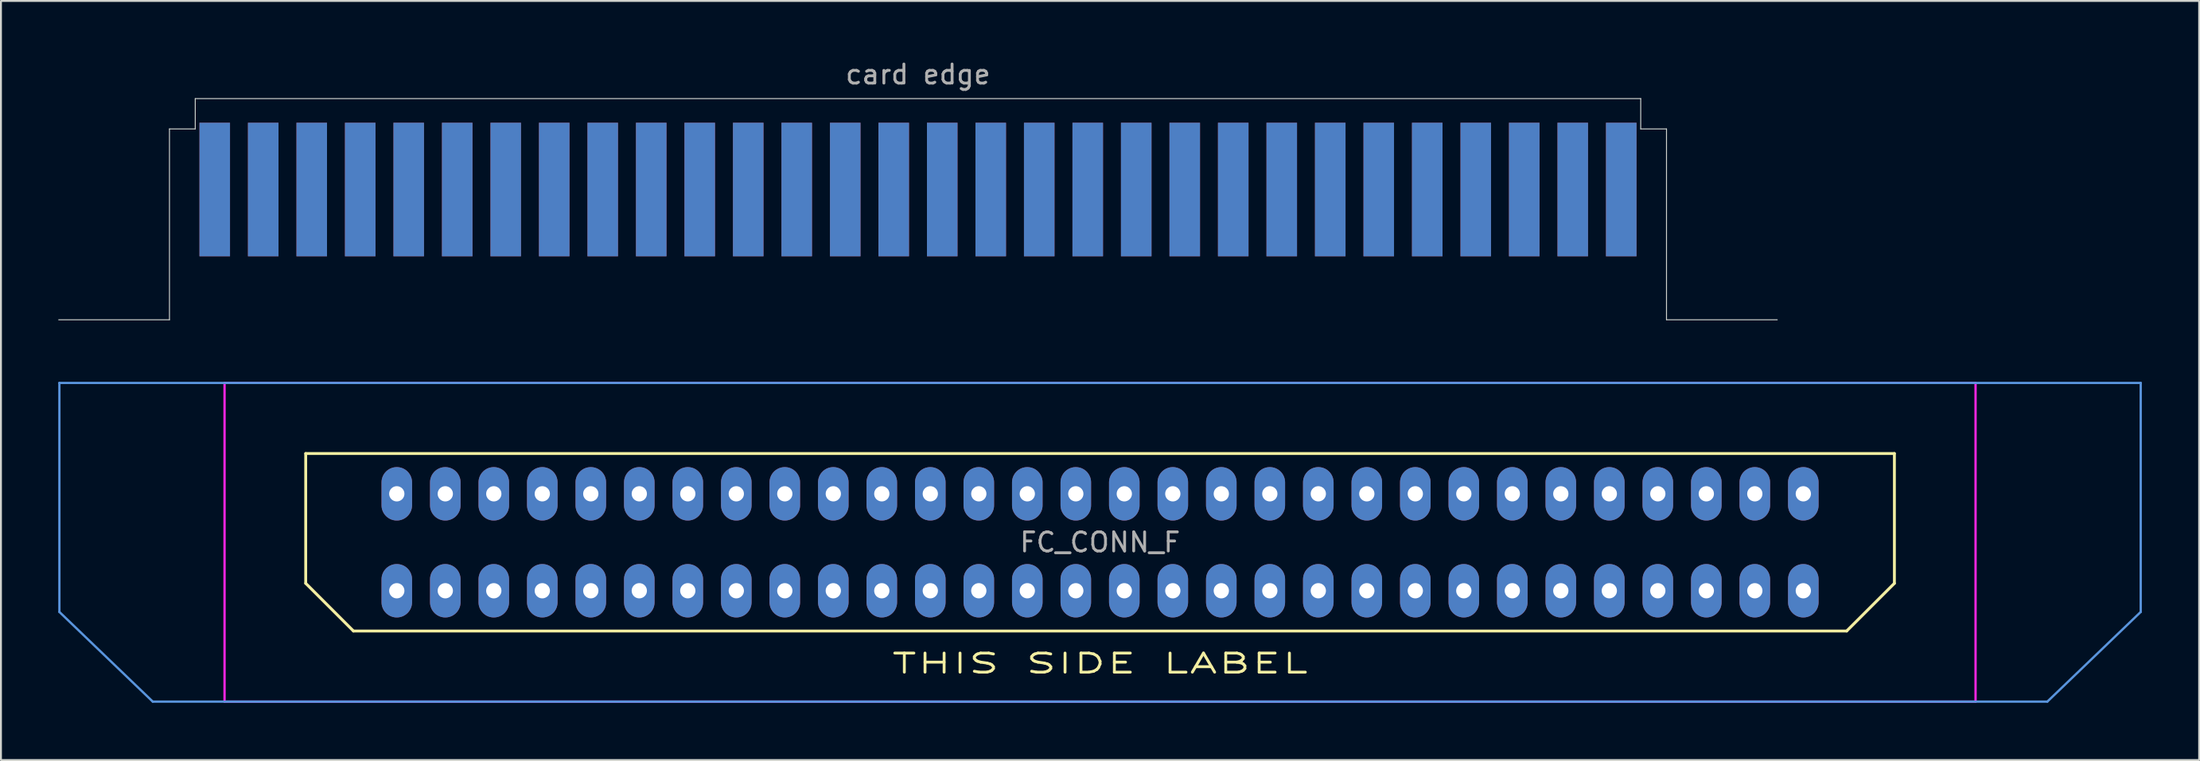
<source format=kicad_pcb>
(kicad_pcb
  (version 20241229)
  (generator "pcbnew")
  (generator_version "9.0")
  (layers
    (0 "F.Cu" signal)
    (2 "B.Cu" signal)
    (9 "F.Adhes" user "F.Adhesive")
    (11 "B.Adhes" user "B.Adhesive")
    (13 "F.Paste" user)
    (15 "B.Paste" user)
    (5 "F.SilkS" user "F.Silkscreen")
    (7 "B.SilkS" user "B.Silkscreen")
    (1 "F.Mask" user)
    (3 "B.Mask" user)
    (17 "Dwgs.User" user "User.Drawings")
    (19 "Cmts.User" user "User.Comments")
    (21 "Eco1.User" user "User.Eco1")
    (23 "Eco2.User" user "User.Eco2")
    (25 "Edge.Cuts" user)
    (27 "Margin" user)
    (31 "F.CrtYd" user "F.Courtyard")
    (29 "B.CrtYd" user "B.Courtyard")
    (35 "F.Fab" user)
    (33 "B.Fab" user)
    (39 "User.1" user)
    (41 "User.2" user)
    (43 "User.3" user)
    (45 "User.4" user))
  (footprint "FC_CONN_F"
    (layer "F.Cu")
    (at 54.56 25.366)
    (property "Reference" "FC_CONN_F" (at 0 0 0) (layer "F.Fab") (effects (font (size 1 1) (thickness 0.15))))
    (attr through_hole)
    (fp_line (start -41.6 -4.65) (end -41.6 2.15) (stroke (width 0.15) (type solid)) (layer "F.SilkS"))
    (fp_line (start -41.6 -4.65) (end 41.6 -4.65) (stroke (width 0.15) (type solid)) (layer "F.SilkS"))
    (fp_line (start -39.1 4.65) (end -41.6 2.15) (stroke (width 0.15) (type solid)) (layer "F.SilkS"))
    (fp_line (start 39.1 4.65) (end -39.1 4.65) (stroke (width 0.15) (type solid)) (layer "F.SilkS"))
    (fp_line (start 41.6 2.15) (end 39.1 4.65) (stroke (width 0.15) (type solid)) (layer "F.SilkS"))
    (fp_line (start 41.6 2.15) (end 41.6 -4.65) (stroke (width 0.15) (type solid)) (layer "F.SilkS"))
    (fp_line (start -54.5 -8.35) (end -54.5 3.65) (stroke (width 0.12) (type solid)) (layer "Cmts.User"))
    (fp_line (start -54.5 -8.35) (end 54.5 -8.35) (stroke (width 0.12) (type solid)) (layer "Cmts.User"))
    (fp_line (start -54.5 3.65) (end -49.609 8.35) (stroke (width 0.12) (type solid)) (layer "Cmts.User"))
    (fp_line (start 49.609 8.35) (end -49.609 8.35) (stroke (width 0.12) (type solid)) (layer "Cmts.User"))
    (fp_line (start 49.609 8.35) (end 54.5 3.65) (stroke (width 0.12) (type solid)) (layer "Cmts.User"))
    (fp_line (start 54.5 -8.35) (end 54.5 3.65) (stroke (width 0.12) (type solid)) (layer "Cmts.User"))
    (fp_line (start -45.85 8.35) (end -45.85 -8.35) (stroke (width 0.12) (type solid)) (layer "F.CrtYd"))
    (fp_line (start -45.85 8.35) (end 45.85 8.35) (stroke (width 0.12) (type solid)) (layer "F.CrtYd"))
    (fp_line (start 45.85 -8.35) (end -45.85 -8.35) (stroke (width 0.12) (type solid)) (layer "F.CrtYd"))
    (fp_line (start 45.85 -8.35) (end 45.85 8.35) (stroke (width 0.12) (type solid)) (layer "F.CrtYd"))
    (fp_text user "THIS SIDE LABEL" (at 0 6.35 0) (layer "F.SilkS") (effects (font (size 1 1.75) (thickness 0.15))))
    (pad "1" thru_hole oval (at -36.83 2.54) (size 1.6 2.8) (drill 0.8) (layers "*.Cu" "*.Mask"))
    (pad "2" thru_hole oval (at -34.29 2.54) (size 1.6 2.8) (drill 0.8) (layers "*.Cu" "*.Mask"))
    (pad "3" thru_hole oval (at -31.75 2.54) (size 1.6 2.8) (drill 0.8) (layers "*.Cu" "*.Mask"))
    (pad "4" thru_hole oval (at -29.21 2.54) (size 1.6 2.8) (drill 0.8) (layers "*.Cu" "*.Mask"))
    (pad "5" thru_hole oval (at -26.67 2.54) (size 1.6 2.8) (drill 0.8) (layers "*.Cu" "*.Mask"))
    (pad "6" thru_hole oval (at -24.13 2.54) (size 1.6 2.8) (drill 0.8) (layers "*.Cu" "*.Mask"))
    (pad "7" thru_hole oval (at -21.59 2.54) (size 1.6 2.8) (drill 0.8) (layers "*.Cu" "*.Mask"))
    (pad "8" thru_hole oval (at -19.05 2.54) (size 1.6 2.8) (drill 0.8) (layers "*.Cu" "*.Mask"))
    (pad "9" thru_hole oval (at -16.51 2.54) (size 1.6 2.8) (drill 0.8) (layers "*.Cu" "*.Mask"))
    (pad "10" thru_hole oval (at -13.97 2.54) (size 1.6 2.8) (drill 0.8) (layers "*.Cu" "*.Mask"))
    (pad "11" thru_hole oval (at -11.43 2.54) (size 1.6 2.8) (drill 0.8) (layers "*.Cu" "*.Mask"))
    (pad "12" thru_hole oval (at -8.89 2.54) (size 1.6 2.8) (drill 0.8) (layers "*.Cu" "*.Mask"))
    (pad "13" thru_hole oval (at -6.35 2.54) (size 1.6 2.8) (drill 0.8) (layers "*.Cu" "*.Mask"))
    (pad "14" thru_hole oval (at -3.81 2.54) (size 1.6 2.8) (drill 0.8) (layers "*.Cu" "*.Mask"))
    (pad "15" thru_hole oval (at -1.27 2.54) (size 1.6 2.8) (drill 0.8) (layers "*.Cu" "*.Mask"))
    (pad "16" thru_hole oval (at 1.27 2.54) (size 1.6 2.8) (drill 0.8) (layers "*.Cu" "*.Mask"))
    (pad "17" thru_hole oval (at 3.81 2.54) (size 1.6 2.8) (drill 0.8) (layers "*.Cu" "*.Mask"))
    (pad "18" thru_hole oval (at 6.35 2.54) (size 1.6 2.8) (drill 0.8) (layers "*.Cu" "*.Mask"))
    (pad "19" thru_hole oval (at 8.89 2.54) (size 1.6 2.8) (drill 0.8) (layers "*.Cu" "*.Mask"))
    (pad "20" thru_hole oval (at 11.43 2.54) (size 1.6 2.8) (drill 0.8) (layers "*.Cu" "*.Mask"))
    (pad "21" thru_hole oval (at 13.97 2.54) (size 1.6 2.8) (drill 0.8) (layers "*.Cu" "*.Mask"))
    (pad "22" thru_hole oval (at 16.51 2.54) (size 1.6 2.8) (drill 0.8) (layers "*.Cu" "*.Mask"))
    (pad "23" thru_hole oval (at 19.05 2.54) (size 1.6 2.8) (drill 0.8) (layers "*.Cu" "*.Mask"))
    (pad "24" thru_hole oval (at 21.59 2.54) (size 1.6 2.8) (drill 0.8) (layers "*.Cu" "*.Mask"))
    (pad "25" thru_hole oval (at 24.13 2.54) (size 1.6 2.8) (drill 0.8) (layers "*.Cu" "*.Mask"))
    (pad "26" thru_hole oval (at 26.67 2.54) (size 1.6 2.8) (drill 0.8) (layers "*.Cu" "*.Mask"))
    (pad "27" thru_hole oval (at 29.21 2.54) (size 1.6 2.8) (drill 0.8) (layers "*.Cu" "*.Mask"))
    (pad "28" thru_hole oval (at 31.75 2.54) (size 1.6 2.8) (drill 0.8) (layers "*.Cu" "*.Mask"))
    (pad "29" thru_hole oval (at 34.29 2.54) (size 1.6 2.8) (drill 0.8) (layers "*.Cu" "*.Mask"))
    (pad "30" thru_hole oval (at 36.83 2.54) (size 1.6 2.8) (drill 0.8) (layers "*.Cu" "*.Mask"))
    (pad "31" thru_hole oval (at -36.83 -2.54) (size 1.6 2.8) (drill 0.8) (layers "*.Cu" "*.Mask"))
    (pad "32" thru_hole oval (at -34.29 -2.54) (size 1.6 2.8) (drill 0.8) (layers "*.Cu" "*.Mask"))
    (pad "33" thru_hole oval (at -31.75 -2.54) (size 1.6 2.8) (drill 0.8) (layers "*.Cu" "*.Mask"))
    (pad "34" thru_hole oval (at -29.21 -2.54) (size 1.6 2.8) (drill 0.8) (layers "*.Cu" "*.Mask"))
    (pad "35" thru_hole oval (at -26.67 -2.54) (size 1.6 2.8) (drill 0.8) (layers "*.Cu" "*.Mask"))
    (pad "36" thru_hole oval (at -24.13 -2.54) (size 1.6 2.8) (drill 0.8) (layers "*.Cu" "*.Mask"))
    (pad "37" thru_hole oval (at -21.59 -2.54) (size 1.6 2.8) (drill 0.8) (layers "*.Cu" "*.Mask"))
    (pad "38" thru_hole oval (at -19.05 -2.54) (size 1.6 2.8) (drill 0.8) (layers "*.Cu" "*.Mask"))
    (pad "39" thru_hole oval (at -16.51 -2.54) (size 1.6 2.8) (drill 0.8) (layers "*.Cu" "*.Mask"))
    (pad "40" thru_hole oval (at -13.97 -2.54) (size 1.6 2.8) (drill 0.8) (layers "*.Cu" "*.Mask"))
    (pad "41" thru_hole oval (at -11.43 -2.54) (size 1.6 2.8) (drill 0.8) (layers "*.Cu" "*.Mask"))
    (pad "42" thru_hole oval (at -8.89 -2.54) (size 1.6 2.8) (drill 0.8) (layers "*.Cu" "*.Mask"))
    (pad "43" thru_hole oval (at -6.35 -2.54) (size 1.6 2.8) (drill 0.8) (layers "*.Cu" "*.Mask"))
    (pad "44" thru_hole oval (at -3.81 -2.54) (size 1.6 2.8) (drill 0.8) (layers "*.Cu" "*.Mask"))
    (pad "45" thru_hole oval (at -1.27 -2.54) (size 1.6 2.8) (drill 0.8) (layers "*.Cu" "*.Mask"))
    (pad "46" thru_hole oval (at 1.27 -2.54) (size 1.6 2.8) (drill 0.8) (layers "*.Cu" "*.Mask"))
    (pad "47" thru_hole oval (at 3.81 -2.54) (size 1.6 2.8) (drill 0.8) (layers "*.Cu" "*.Mask"))
    (pad "48" thru_hole oval (at 6.35 -2.54) (size 1.6 2.8) (drill 0.8) (layers "*.Cu" "*.Mask"))
    (pad "49" thru_hole oval (at 8.89 -2.54) (size 1.6 2.8) (drill 0.8) (layers "*.Cu" "*.Mask"))
    (pad "50" thru_hole oval (at 11.43 -2.54) (size 1.6 2.8) (drill 0.8) (layers "*.Cu" "*.Mask"))
    (pad "51" thru_hole oval (at 13.97 -2.54) (size 1.6 2.8) (drill 0.8) (layers "*.Cu" "*.Mask"))
    (pad "52" thru_hole oval (at 16.51 -2.54) (size 1.6 2.8) (drill 0.8) (layers "*.Cu" "*.Mask"))
    (pad "53" thru_hole oval (at 19.05 -2.54) (size 1.6 2.8) (drill 0.8) (layers "*.Cu" "*.Mask"))
    (pad "54" thru_hole oval (at 21.59 -2.54) (size 1.6 2.8) (drill 0.8) (layers "*.Cu" "*.Mask"))
    (pad "55" thru_hole oval (at 24.13 -2.54) (size 1.6 2.8) (drill 0.8) (layers "*.Cu" "*.Mask"))
    (pad "56" thru_hole oval (at 26.67 -2.54) (size 1.6 2.8) (drill 0.8) (layers "*.Cu" "*.Mask"))
    (pad "57" thru_hole oval (at 29.21 -2.54) (size 1.6 2.8) (drill 0.8) (layers "*.Cu" "*.Mask"))
    (pad "58" thru_hole oval (at 31.75 -2.54) (size 1.6 2.8) (drill 0.8) (layers "*.Cu" "*.Mask"))
    (pad "59" thru_hole oval (at 34.29 -2.54) (size 1.6 2.8) (drill 0.8) (layers "*.Cu" "*.Mask"))
    (pad "60" thru_hole oval (at 36.83 -2.54) (size 1.6 2.8) (drill 0.8) (layers "*.Cu" "*.Mask")))
  (footprint "card edge"
    (layer "F.Cu")
    (at 45.025 13.706)
    (property "Reference" "card edge" (at 0 -12.857 180) (layer "F.Fab") (effects (font (size 1 1) (thickness 0.15))))
    (fp_rect (start -39.2 -11.6) (end 39.2 -3.3) (stroke (width 0.05) (type solid)) (fill yes) (layer "F.Mask"))
    (fp_rect (start -39.2 -11.6) (end 39.2 -3.3) (stroke (width 0.05) (type solid)) (fill yes) (layer "B.Mask"))
    (fp_line (start -39.2 -10) (end -39.2 0) (stroke (width 0.05) (type solid)) (layer "Edge.Cuts"))
    (fp_line (start -39.2 -10) (end -37.85 -10) (stroke (width 0.05) (type solid)) (layer "Edge.Cuts"))
    (fp_line (start -39.2 0) (end -45 0) (stroke (width 0.05) (type solid)) (layer "Edge.Cuts"))
    (fp_line (start -37.85 -10) (end -37.85 -11.588) (stroke (width 0.05) (type solid)) (layer "Edge.Cuts"))
    (fp_line (start 37.85 -11.588) (end -37.85 -11.588) (stroke (width 0.05) (type solid)) (layer "Edge.Cuts"))
    (fp_line (start 37.85 -10) (end 37.85 -11.588) (stroke (width 0.05) (type solid)) (layer "Edge.Cuts"))
    (fp_line (start 39.2 -10) (end 37.85 -10) (stroke (width 0.05) (type solid)) (layer "Edge.Cuts"))
    (fp_line (start 39.2 -10) (end 39.2 0) (stroke (width 0.05) (type solid)) (layer "Edge.Cuts"))
    (fp_line (start 45 0) (end 39.2 0) (stroke (width 0.05) (type solid)) (layer "Edge.Cuts"))
    (pad "1" smd rect (at -36.83 -6.825) (size 1.6 7) (layers "F.Cu" "F.Mask"))
    (pad "2" smd rect (at -34.29 -6.825) (size 1.6 7) (layers "F.Cu" "F.Mask"))
    (pad "3" smd rect (at -31.75 -6.825) (size 1.6 7) (layers "F.Cu" "F.Mask"))
    (pad "4" smd rect (at -29.21 -6.825) (size 1.6 7) (layers "F.Cu" "F.Mask"))
    (pad "5" smd rect (at -26.67 -6.825) (size 1.6 7) (layers "F.Cu" "F.Mask"))
    (pad "6" smd rect (at -24.13 -6.825) (size 1.6 7) (layers "F.Cu" "F.Mask"))
    (pad "7" smd rect (at -21.59 -6.825) (size 1.6 7) (layers "F.Cu" "F.Mask"))
    (pad "8" smd rect (at -19.05 -6.825) (size 1.6 7) (layers "F.Cu" "F.Mask"))
    (pad "9" smd rect (at -16.51 -6.825) (size 1.6 7) (layers "F.Cu" "F.Mask"))
    (pad "10" smd rect (at -13.97 -6.825) (size 1.6 7) (layers "F.Cu" "F.Mask"))
    (pad "11" smd rect (at -11.43 -6.825) (size 1.6 7) (layers "F.Cu" "F.Mask"))
    (pad "12" smd rect (at -8.89 -6.825) (size 1.6 7) (layers "F.Cu" "F.Mask"))
    (pad "13" smd rect (at -6.35 -6.825) (size 1.6 7) (layers "F.Cu" "F.Mask"))
    (pad "14" smd rect (at -3.81 -6.825) (size 1.6 7) (layers "F.Cu" "F.Mask"))
    (pad "15" smd rect (at -1.27 -6.825) (size 1.6 7) (layers "F.Cu" "F.Mask"))
    (pad "16" smd rect (at 1.27 -6.825) (size 1.6 7) (layers "F.Cu" "F.Mask"))
    (pad "17" smd rect (at 3.81 -6.825) (size 1.6 7) (layers "F.Cu" "F.Mask"))
    (pad "18" smd rect (at 6.35 -6.825) (size 1.6 7) (layers "F.Cu" "F.Mask"))
    (pad "19" smd rect (at 8.89 -6.825) (size 1.6 7) (layers "F.Cu" "F.Mask"))
    (pad "20" smd rect (at 11.43 -6.825) (size 1.6 7) (layers "F.Cu" "F.Mask"))
    (pad "21" smd rect (at 13.97 -6.825) (size 1.6 7) (layers "F.Cu" "F.Mask"))
    (pad "22" smd rect (at 16.51 -6.825) (size 1.6 7) (layers "F.Cu" "F.Mask"))
    (pad "23" smd rect (at 19.05 -6.825) (size 1.6 7) (layers "F.Cu" "F.Mask"))
    (pad "24" smd rect (at 21.59 -6.825) (size 1.6 7) (layers "F.Cu" "F.Mask"))
    (pad "25" smd rect (at 24.13 -6.825) (size 1.6 7) (layers "F.Cu" "F.Mask"))
    (pad "26" smd rect (at 26.67 -6.825) (size 1.6 7) (layers "F.Cu" "F.Mask"))
    (pad "27" smd rect (at 29.21 -6.825) (size 1.6 7) (layers "F.Cu" "F.Mask"))
    (pad "28" smd rect (at 31.75 -6.825) (size 1.6 7) (layers "F.Cu" "F.Mask"))
    (pad "29" smd rect (at 34.29 -6.825) (size 1.6 7) (layers "F.Cu" "F.Mask"))
    (pad "30" smd rect (at 36.83 -6.825) (size 1.6 7) (layers "F.Cu" "F.Mask"))
    (pad "31" smd rect (at -36.83 -6.825) (size 1.6 7) (layers "B.Cu" "B.Mask"))
    (pad "32" smd rect (at -34.29 -6.825) (size 1.6 7) (layers "B.Cu" "B.Mask"))
    (pad "33" smd rect (at -31.75 -6.825) (size 1.6 7) (layers "B.Cu" "B.Mask"))
    (pad "34" smd rect (at -29.21 -6.825) (size 1.6 7) (layers "B.Cu" "B.Mask"))
    (pad "35" smd rect (at -26.67 -6.825) (size 1.6 7) (layers "B.Cu" "B.Mask"))
    (pad "36" smd rect (at -24.13 -6.825) (size 1.6 7) (layers "B.Cu" "B.Mask"))
    (pad "37" smd rect (at -21.59 -6.825) (size 1.6 7) (layers "B.Cu" "B.Mask"))
    (pad "38" smd rect (at -19.05 -6.825) (size 1.6 7) (layers "B.Cu" "B.Mask"))
    (pad "39" smd rect (at -16.51 -6.825) (size 1.6 7) (layers "B.Cu" "B.Mask"))
    (pad "40" smd rect (at -13.97 -6.825) (size 1.6 7) (layers "B.Cu" "B.Mask"))
    (pad "41" smd rect (at -11.43 -6.825) (size 1.6 7) (layers "B.Cu" "B.Mask"))
    (pad "42" smd rect (at -8.89 -6.825) (size 1.6 7) (layers "B.Cu" "B.Mask"))
    (pad "43" smd rect (at -6.35 -6.825) (size 1.6 7) (layers "B.Cu" "B.Mask"))
    (pad "44" smd rect (at -3.81 -6.825) (size 1.6 7) (layers "B.Cu" "B.Mask"))
    (pad "45" smd rect (at -1.27 -6.825) (size 1.6 7) (layers "B.Cu" "B.Mask"))
    (pad "46" smd rect (at 1.27 -6.825) (size 1.6 7) (layers "B.Cu" "B.Mask"))
    (pad "47" smd rect (at 3.81 -6.825) (size 1.6 7) (layers "B.Cu" "B.Mask"))
    (pad "48" smd rect (at 6.35 -6.825) (size 1.6 7) (layers "B.Cu" "B.Mask"))
    (pad "49" smd rect (at 8.89 -6.825) (size 1.6 7) (layers "B.Cu" "B.Mask"))
    (pad "50" smd rect (at 11.43 -6.825) (size 1.6 7) (layers "B.Cu" "B.Mask"))
    (pad "51" smd rect (at 13.97 -6.825) (size 1.6 7) (layers "B.Cu" "B.Mask"))
    (pad "52" smd rect (at 16.51 -6.825) (size 1.6 7) (layers "B.Cu" "B.Mask"))
    (pad "53" smd rect (at 19.05 -6.825) (size 1.6 7) (layers "B.Cu" "B.Mask"))
    (pad "54" smd rect (at 21.59 -6.825) (size 1.6 7) (layers "B.Cu" "B.Mask"))
    (pad "55" smd rect (at 24.13 -6.825) (size 1.6 7) (layers "B.Cu" "B.Mask"))
    (pad "56" smd rect (at 26.67 -6.825) (size 1.6 7) (layers "B.Cu" "B.Mask"))
    (pad "57" smd rect (at 29.21 -6.825) (size 1.6 7) (layers "B.Cu" "B.Mask"))
    (pad "58" smd rect (at 31.75 -6.825) (size 1.6 7) (layers "B.Cu" "B.Mask"))
    (pad "59" smd rect (at 34.29 -6.825) (size 1.6 7) (layers "B.Cu" "B.Mask"))
    (pad "60" smd rect (at 36.83 -6.825) (size 1.6 7) (layers "B.Cu" "B.Mask")))
  (gr_rect
    (start -3 -3)
    (end 112.12 36.776)
    (stroke (width 0.1) (type default))
    (fill no)
    (layer "Edge.Cuts")))
</source>
